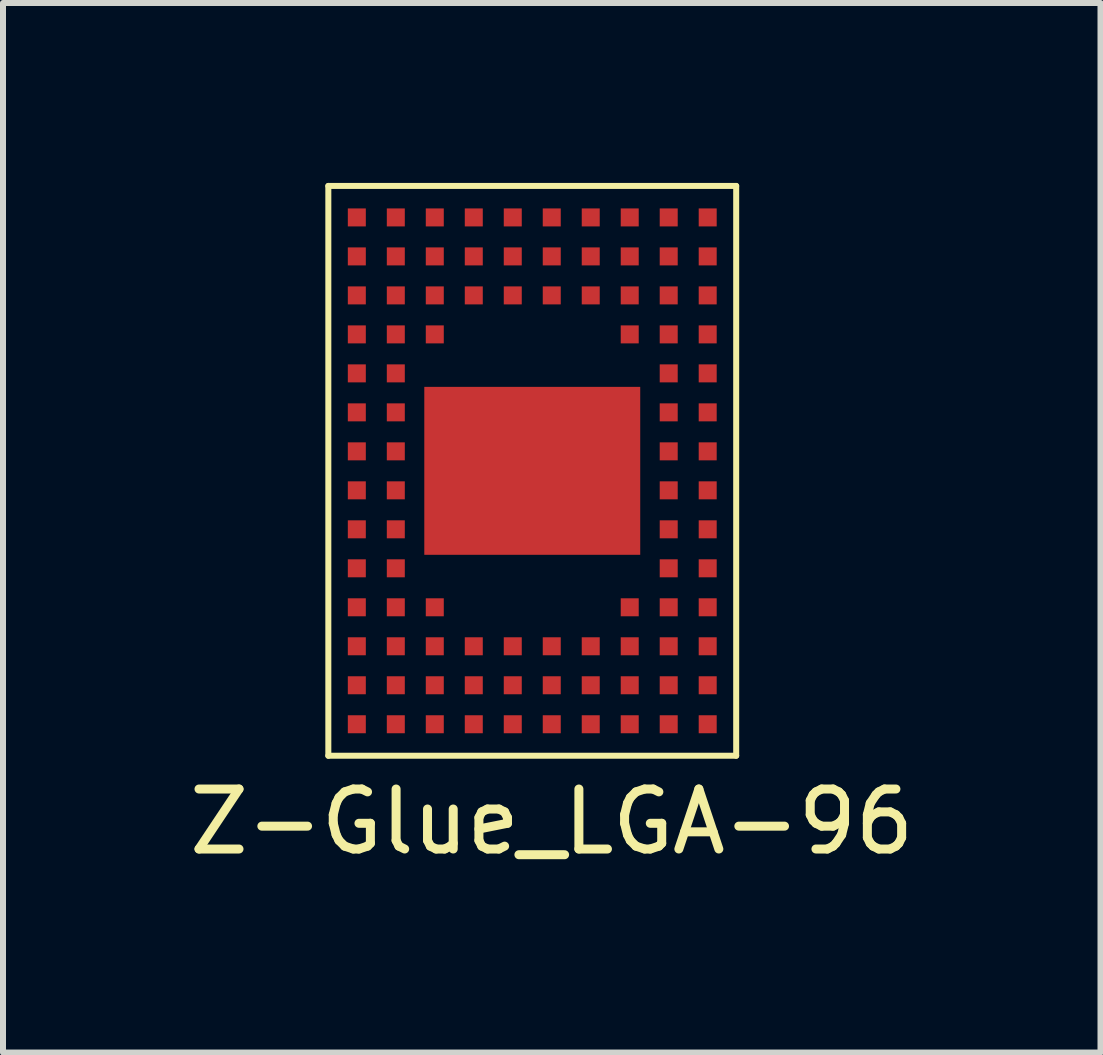
<source format=kicad_pcb>
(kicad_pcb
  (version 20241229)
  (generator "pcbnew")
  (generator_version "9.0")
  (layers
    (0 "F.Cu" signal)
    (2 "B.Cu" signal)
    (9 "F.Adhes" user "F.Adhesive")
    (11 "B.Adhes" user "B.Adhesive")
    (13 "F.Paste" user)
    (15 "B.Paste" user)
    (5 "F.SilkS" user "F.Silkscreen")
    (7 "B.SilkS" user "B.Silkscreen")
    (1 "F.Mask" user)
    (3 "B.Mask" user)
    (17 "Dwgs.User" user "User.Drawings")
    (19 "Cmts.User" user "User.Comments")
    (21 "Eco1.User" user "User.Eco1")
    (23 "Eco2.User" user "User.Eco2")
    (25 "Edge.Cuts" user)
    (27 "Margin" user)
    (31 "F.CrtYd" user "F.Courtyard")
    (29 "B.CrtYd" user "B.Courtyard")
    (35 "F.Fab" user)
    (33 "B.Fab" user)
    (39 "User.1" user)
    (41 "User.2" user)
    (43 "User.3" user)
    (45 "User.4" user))
  (footprint "Z-Glue_LGA-96"
    (layer "F.Cu")
    (at 5.824 4.8)
    (property "Reference" "Z-Glue_LGA-96" (at 0.325 5.85 0) (layer "F.SilkS") (effects (font (size 1 1) (thickness 0.15))))
    (attr through_hole)
    (fp_line (start -3.4 -4.75) (end -3.4 4.75) (stroke (width 0.1) (type solid)) (layer "F.SilkS"))
    (fp_line (start -3.4 -4.75) (end 3.4 -4.75) (stroke (width 0.1) (type solid)) (layer "F.SilkS"))
    (fp_line (start -3.4 4.75) (end 3.4 4.75) (stroke (width 0.1) (type solid)) (layer "F.SilkS"))
    (fp_line (start 3.4 -4.75) (end 3.4 4.75) (stroke (width 0.1) (type solid)) (layer "F.SilkS"))
    (pad "0" smd rect (at 0 0) (size 3.6 2.8) (layers "F.Cu" "F.Mask" "F.Paste"))
    (pad "A1" smd rect (at 2.925 4.225) (size 0.3 0.3) (layers "F.Cu" "F.Mask" "F.Paste"))
    (pad "A2" smd rect (at 2.275 4.225) (size 0.3 0.3) (layers "F.Cu" "F.Mask" "F.Paste"))
    (pad "A3" smd rect (at 1.625 4.225) (size 0.3 0.3) (layers "F.Cu" "F.Mask" "F.Paste"))
    (pad "A4" smd rect (at 0.975 4.225) (size 0.3 0.3) (layers "F.Cu" "F.Mask" "F.Paste"))
    (pad "A5" smd rect (at 0.325 4.225) (size 0.3 0.3) (layers "F.Cu" "F.Mask" "F.Paste"))
    (pad "A6" smd rect (at -0.325 4.225) (size 0.3 0.3) (layers "F.Cu" "F.Mask" "F.Paste"))
    (pad "A7" smd rect (at -0.975 4.225) (size 0.3 0.3) (layers "F.Cu" "F.Mask" "F.Paste"))
    (pad "A8" smd rect (at -1.625 4.225) (size 0.3 0.3) (layers "F.Cu" "F.Mask" "F.Paste"))
    (pad "A9" smd rect (at -2.275 4.225) (size 0.3 0.3) (layers "F.Cu" "F.Mask" "F.Paste"))
    (pad "A10" smd rect (at -2.925 4.225) (size 0.3 0.3) (layers "F.Cu" "F.Mask" "F.Paste"))
    (pad "B1" smd rect (at 2.925 3.575) (size 0.3 0.3) (layers "F.Cu" "F.Mask" "F.Paste"))
    (pad "B2" smd rect (at 2.275 3.575) (size 0.3 0.3) (layers "F.Cu" "F.Mask" "F.Paste"))
    (pad "B3" smd rect (at 1.625 3.575) (size 0.3 0.3) (layers "F.Cu" "F.Mask" "F.Paste"))
    (pad "B4" smd rect (at 0.975 3.575) (size 0.3 0.3) (layers "F.Cu" "F.Mask" "F.Paste"))
    (pad "B5" smd rect (at 0.325 3.575) (size 0.3 0.3) (layers "F.Cu" "F.Mask" "F.Paste"))
    (pad "B6" smd rect (at -0.325 3.575) (size 0.3 0.3) (layers "F.Cu" "F.Mask" "F.Paste"))
    (pad "B7" smd rect (at -0.975 3.575) (size 0.3 0.3) (layers "F.Cu" "F.Mask" "F.Paste"))
    (pad "B8" smd rect (at -1.625 3.575) (size 0.3 0.3) (layers "F.Cu" "F.Mask" "F.Paste"))
    (pad "B9" smd rect (at -2.275 3.575) (size 0.3 0.3) (layers "F.Cu" "F.Mask" "F.Paste"))
    (pad "B10" smd rect (at -2.925 3.575) (size 0.3 0.3) (layers "F.Cu" "F.Mask" "F.Paste"))
    (pad "C1" smd rect (at 2.925 2.925) (size 0.3 0.3) (layers "F.Cu" "F.Mask" "F.Paste"))
    (pad "C2" smd rect (at 2.275 2.925) (size 0.3 0.3) (layers "F.Cu" "F.Mask" "F.Paste"))
    (pad "C3" smd rect (at 1.625 2.925) (size 0.3 0.3) (layers "F.Cu" "F.Mask" "F.Paste"))
    (pad "C4" smd rect (at 0.975 2.925) (size 0.3 0.3) (layers "F.Cu" "F.Mask" "F.Paste"))
    (pad "C5" smd rect (at 0.325 2.925) (size 0.3 0.3) (layers "F.Cu" "F.Mask" "F.Paste"))
    (pad "C6" smd rect (at -0.325 2.925) (size 0.3 0.3) (layers "F.Cu" "F.Mask" "F.Paste"))
    (pad "C7" smd rect (at -0.975 2.925) (size 0.3 0.3) (layers "F.Cu" "F.Mask" "F.Paste"))
    (pad "C8" smd rect (at -1.625 2.925) (size 0.3 0.3) (layers "F.Cu" "F.Mask" "F.Paste"))
    (pad "C9" smd rect (at -2.275 2.925) (size 0.3 0.3) (layers "F.Cu" "F.Mask" "F.Paste"))
    (pad "C10" smd rect (at -2.925 2.925) (size 0.3 0.3) (layers "F.Cu" "F.Mask" "F.Paste"))
    (pad "D1" smd rect (at 2.925 2.275) (size 0.3 0.3) (layers "F.Cu" "F.Mask" "F.Paste"))
    (pad "D2" smd rect (at 2.275 2.275) (size 0.3 0.3) (layers "F.Cu" "F.Mask" "F.Paste"))
    (pad "D3" smd rect (at 1.625 2.275) (size 0.3 0.3) (layers "F.Cu" "F.Mask" "F.Paste"))
    (pad "D8" smd rect (at -1.625 2.275) (size 0.3 0.3) (layers "F.Cu" "F.Mask" "F.Paste"))
    (pad "D9" smd rect (at -2.275 2.275) (size 0.3 0.3) (layers "F.Cu" "F.Mask" "F.Paste"))
    (pad "D10" smd rect (at -2.925 2.275) (size 0.3 0.3) (layers "F.Cu" "F.Mask" "F.Paste"))
    (pad "E1" smd rect (at 2.925 1.625) (size 0.3 0.3) (layers "F.Cu" "F.Mask" "F.Paste"))
    (pad "E2" smd rect (at 2.275 1.625) (size 0.3 0.3) (layers "F.Cu" "F.Mask" "F.Paste"))
    (pad "E9" smd rect (at -2.275 1.625) (size 0.3 0.3) (layers "F.Cu" "F.Mask" "F.Paste"))
    (pad "E10" smd rect (at -2.925 1.625) (size 0.3 0.3) (layers "F.Cu" "F.Mask" "F.Paste"))
    (pad "F1" smd rect (at 2.925 0.975) (size 0.3 0.3) (layers "F.Cu" "F.Mask" "F.Paste"))
    (pad "F2" smd rect (at 2.275 0.975) (size 0.3 0.3) (layers "F.Cu" "F.Mask" "F.Paste"))
    (pad "F9" smd rect (at -2.275 0.975) (size 0.3 0.3) (layers "F.Cu" "F.Mask" "F.Paste"))
    (pad "F10" smd rect (at -2.925 0.975) (size 0.3 0.3) (layers "F.Cu" "F.Mask" "F.Paste"))
    (pad "G1" smd rect (at 2.925 0.325) (size 0.3 0.3) (layers "F.Cu" "F.Mask" "F.Paste"))
    (pad "G2" smd rect (at 2.275 0.325) (size 0.3 0.3) (layers "F.Cu" "F.Mask" "F.Paste"))
    (pad "G9" smd rect (at -2.275 0.325) (size 0.3 0.3) (layers "F.Cu" "F.Mask" "F.Paste"))
    (pad "G10" smd rect (at -2.925 0.325) (size 0.3 0.3) (layers "F.Cu" "F.Mask" "F.Paste"))
    (pad "H1" smd rect (at 2.925 -0.325) (size 0.3 0.3) (layers "F.Cu" "F.Mask" "F.Paste"))
    (pad "H2" smd rect (at 2.275 -0.325) (size 0.3 0.3) (layers "F.Cu" "F.Mask" "F.Paste"))
    (pad "H9" smd rect (at -2.275 -0.325) (size 0.3 0.3) (layers "F.Cu" "F.Mask" "F.Paste"))
    (pad "H10" smd rect (at -2.925 -0.325) (size 0.3 0.3) (layers "F.Cu" "F.Mask" "F.Paste"))
    (pad "J1" smd rect (at 2.925 -0.975) (size 0.3 0.3) (layers "F.Cu" "F.Mask" "F.Paste"))
    (pad "J2" smd rect (at 2.275 -0.975) (size 0.3 0.3) (layers "F.Cu" "F.Mask" "F.Paste"))
    (pad "J9" smd rect (at -2.275 -0.975) (size 0.3 0.3) (layers "F.Cu" "F.Mask" "F.Paste"))
    (pad "J10" smd rect (at -2.925 -0.975) (size 0.3 0.3) (layers "F.Cu" "F.Mask" "F.Paste"))
    (pad "K1" smd rect (at 2.925 -1.625 90) (size 0.3 0.3) (layers "F.Cu" "F.Mask" "F.Paste"))
    (pad "K2" smd rect (at 2.275 -1.625) (size 0.3 0.3) (layers "F.Cu" "F.Mask" "F.Paste"))
    (pad "K9" smd rect (at -2.275 -1.625) (size 0.3 0.3) (layers "F.Cu" "F.Mask" "F.Paste"))
    (pad "K10" smd rect (at -2.925 -1.625) (size 0.3 0.3) (layers "F.Cu" "F.Mask" "F.Paste"))
    (pad "L1" smd rect (at 2.925 -2.275) (size 0.3 0.3) (layers "F.Cu" "F.Mask" "F.Paste"))
    (pad "L2" smd rect (at 2.275 -2.275) (size 0.3 0.3) (layers "F.Cu" "F.Mask" "F.Paste"))
    (pad "L3" smd rect (at 1.625 -2.275) (size 0.3 0.3) (layers "F.Cu" "F.Mask" "F.Paste"))
    (pad "L8" smd rect (at -1.625 -2.275) (size 0.3 0.3) (layers "F.Cu" "F.Mask" "F.Paste"))
    (pad "L9" smd rect (at -2.275 -2.275) (size 0.3 0.3) (layers "F.Cu" "F.Mask" "F.Paste"))
    (pad "L10" smd rect (at -2.925 -2.275) (size 0.3 0.3) (layers "F.Cu" "F.Mask" "F.Paste"))
    (pad "M1" smd rect (at 2.925 -2.925) (size 0.3 0.3) (layers "F.Cu" "F.Mask" "F.Paste"))
    (pad "M2" smd rect (at 2.275 -2.925) (size 0.3 0.3) (layers "F.Cu" "F.Mask" "F.Paste"))
    (pad "M3" smd rect (at 1.625 -2.925) (size 0.3 0.3) (layers "F.Cu" "F.Mask" "F.Paste"))
    (pad "M4" smd rect (at 0.975 -2.925) (size 0.3 0.3) (layers "F.Cu" "F.Mask" "F.Paste"))
    (pad "M5" smd rect (at 0.325 -2.925) (size 0.3 0.3) (layers "F.Cu" "F.Mask" "F.Paste"))
    (pad "M6" smd rect (at -0.325 -2.925) (size 0.3 0.3) (layers "F.Cu" "F.Mask" "F.Paste"))
    (pad "M7" smd rect (at -0.975 -2.925) (size 0.3 0.3) (layers "F.Cu" "F.Mask" "F.Paste"))
    (pad "M8" smd rect (at -1.625 -2.925) (size 0.3 0.3) (layers "F.Cu" "F.Mask" "F.Paste"))
    (pad "M9" smd rect (at -2.275 -2.925) (size 0.3 0.3) (layers "F.Cu" "F.Mask" "F.Paste"))
    (pad "M10" smd rect (at -2.925 -2.925) (size 0.3 0.3) (layers "F.Cu" "F.Mask" "F.Paste"))
    (pad "N1" smd rect (at 2.925 -3.575) (size 0.3 0.3) (layers "F.Cu" "F.Mask" "F.Paste"))
    (pad "N2" smd rect (at 2.275 -3.575) (size 0.3 0.3) (layers "F.Cu" "F.Mask" "F.Paste"))
    (pad "N3" smd rect (at 1.625 -3.575) (size 0.3 0.3) (layers "F.Cu" "F.Mask" "F.Paste"))
    (pad "N4" smd rect (at 0.975 -3.575) (size 0.3 0.3) (layers "F.Cu" "F.Mask" "F.Paste"))
    (pad "N5" smd rect (at 0.325 -3.575) (size 0.3 0.3) (layers "F.Cu" "F.Mask" "F.Paste"))
    (pad "N6" smd rect (at -0.325 -3.575) (size 0.3 0.3) (layers "F.Cu" "F.Mask" "F.Paste"))
    (pad "N7" smd rect (at -0.975 -3.575) (size 0.3 0.3) (layers "F.Cu" "F.Mask" "F.Paste"))
    (pad "N8" smd rect (at -1.625 -3.575) (size 0.3 0.3) (layers "F.Cu" "F.Mask" "F.Paste"))
    (pad "N9" smd rect (at -2.275 -3.575) (size 0.3 0.3) (layers "F.Cu" "F.Mask" "F.Paste"))
    (pad "N10" smd rect (at -2.925 -3.575) (size 0.3 0.3) (layers "F.Cu" "F.Mask" "F.Paste"))
    (pad "P1" smd rect (at 2.925 -4.225) (size 0.3 0.3) (layers "F.Cu" "F.Mask" "F.Paste"))
    (pad "P2" smd rect (at 2.275 -4.225) (size 0.3 0.3) (layers "F.Cu" "F.Mask" "F.Paste"))
    (pad "P3" smd rect (at 1.625 -4.225) (size 0.3 0.3) (layers "F.Cu" "F.Mask" "F.Paste"))
    (pad "P4" smd rect (at 0.975 -4.225) (size 0.3 0.3) (layers "F.Cu" "F.Mask" "F.Paste"))
    (pad "P5" smd rect (at 0.325 -4.225) (size 0.3 0.3) (layers "F.Cu" "F.Mask" "F.Paste"))
    (pad "P6" smd rect (at -0.325 -4.225 90) (size 0.3 0.3) (layers "F.Cu" "F.Mask" "F.Paste"))
    (pad "P7" smd rect (at -0.975 -4.225) (size 0.3 0.3) (layers "F.Cu" "F.Mask" "F.Paste"))
    (pad "P8" smd rect (at -1.625 -4.225) (size 0.3 0.3) (layers "F.Cu" "F.Mask" "F.Paste"))
    (pad "P9" smd rect (at -2.275 -4.225) (size 0.3 0.3) (layers "F.Cu" "F.Mask" "F.Paste"))
    (pad "P10" smd rect (at -2.925 -4.225) (size 0.3 0.3) (layers "F.Cu" "F.Mask" "F.Paste")))
  (gr_rect
    (start -3 -3)
    (end 15.298 14.498)
    (stroke (width 0.1) (type default))
    (fill no)
    (layer "Edge.Cuts")))
</source>
